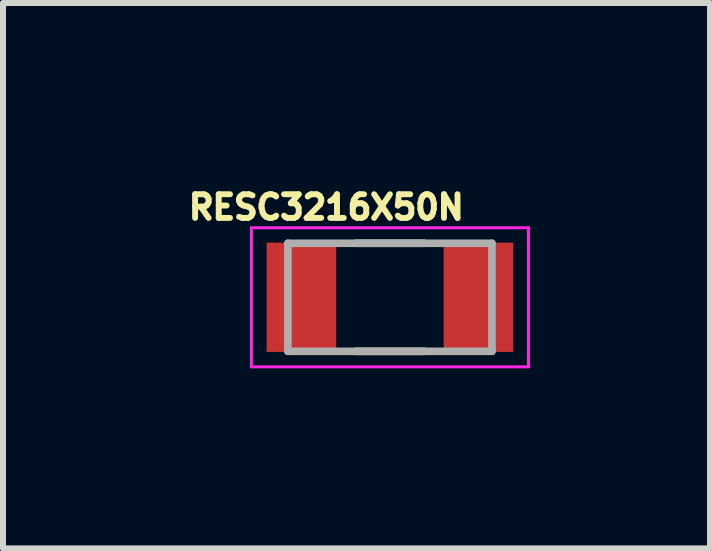
<source format=kicad_pcb>
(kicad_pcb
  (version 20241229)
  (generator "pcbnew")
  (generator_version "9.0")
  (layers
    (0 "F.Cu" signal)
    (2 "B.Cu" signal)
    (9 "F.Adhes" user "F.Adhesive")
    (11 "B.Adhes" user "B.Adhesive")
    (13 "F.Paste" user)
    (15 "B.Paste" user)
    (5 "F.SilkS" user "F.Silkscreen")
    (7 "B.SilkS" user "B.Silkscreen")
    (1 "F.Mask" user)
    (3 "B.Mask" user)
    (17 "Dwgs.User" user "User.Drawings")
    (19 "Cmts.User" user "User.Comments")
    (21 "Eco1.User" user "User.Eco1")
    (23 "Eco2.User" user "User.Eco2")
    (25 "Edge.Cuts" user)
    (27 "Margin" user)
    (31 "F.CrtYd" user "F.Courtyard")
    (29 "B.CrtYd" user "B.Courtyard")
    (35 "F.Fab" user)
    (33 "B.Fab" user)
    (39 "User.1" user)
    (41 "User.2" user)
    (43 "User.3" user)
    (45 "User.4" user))
  (footprint "RESC3216X50N"
    (layer "F.Cu")
    (at 3.446 1.903)
    (property "Reference" "RESC3216X50N" (at -1.06 -1.5 0) (layer "F.SilkS") (effects (font (size 0.394 0.394) (thickness 0.15))))
    (attr smd)
    (fp_line (start -0.57 -0.9) (end 0.57 -0.9) (stroke (width 0.127) (type solid)) (layer "F.SilkS"))
    (fp_line (start -0.57 0.9) (end 0.57 0.9) (stroke (width 0.127) (type solid)) (layer "F.SilkS"))
    (fp_line (start -2.308 -1.158) (end 2.308 -1.158) (stroke (width 0.05) (type solid)) (layer "F.CrtYd"))
    (fp_line (start -2.308 1.158) (end -2.308 -1.158) (stroke (width 0.05) (type solid)) (layer "F.CrtYd"))
    (fp_line (start -2.308 1.158) (end 2.308 1.158) (stroke (width 0.05) (type solid)) (layer "F.CrtYd"))
    (fp_line (start 2.308 1.158) (end 2.308 -1.158) (stroke (width 0.05) (type solid)) (layer "F.CrtYd"))
    (fp_line (start -1.7 0.9) (end -1.7 -0.9) (stroke (width 0.127) (type solid)) (layer "F.Fab"))
    (fp_line (start 1.7 -0.9) (end -1.7 -0.9) (stroke (width 0.127) (type solid)) (layer "F.Fab"))
    (fp_line (start 1.7 0.9) (end -1.7 0.9) (stroke (width 0.127) (type solid)) (layer "F.Fab"))
    (fp_line (start 1.7 0.9) (end 1.7 -0.9) (stroke (width 0.127) (type solid)) (layer "F.Fab"))
    (pad "1" smd rect (at -1.475 0) (size 1.16 1.82) (layers "F.Cu" "F.Mask" "F.Paste"))
    (pad "2" smd rect (at 1.475 0) (size 1.16 1.82) (layers "F.Cu" "F.Mask" "F.Paste")))
  (gr_rect
    (start -3 -3)
    (end 8.779 6.086)
    (stroke (width 0.1) (type default))
    (fill no)
    (layer "Edge.Cuts")))
</source>
